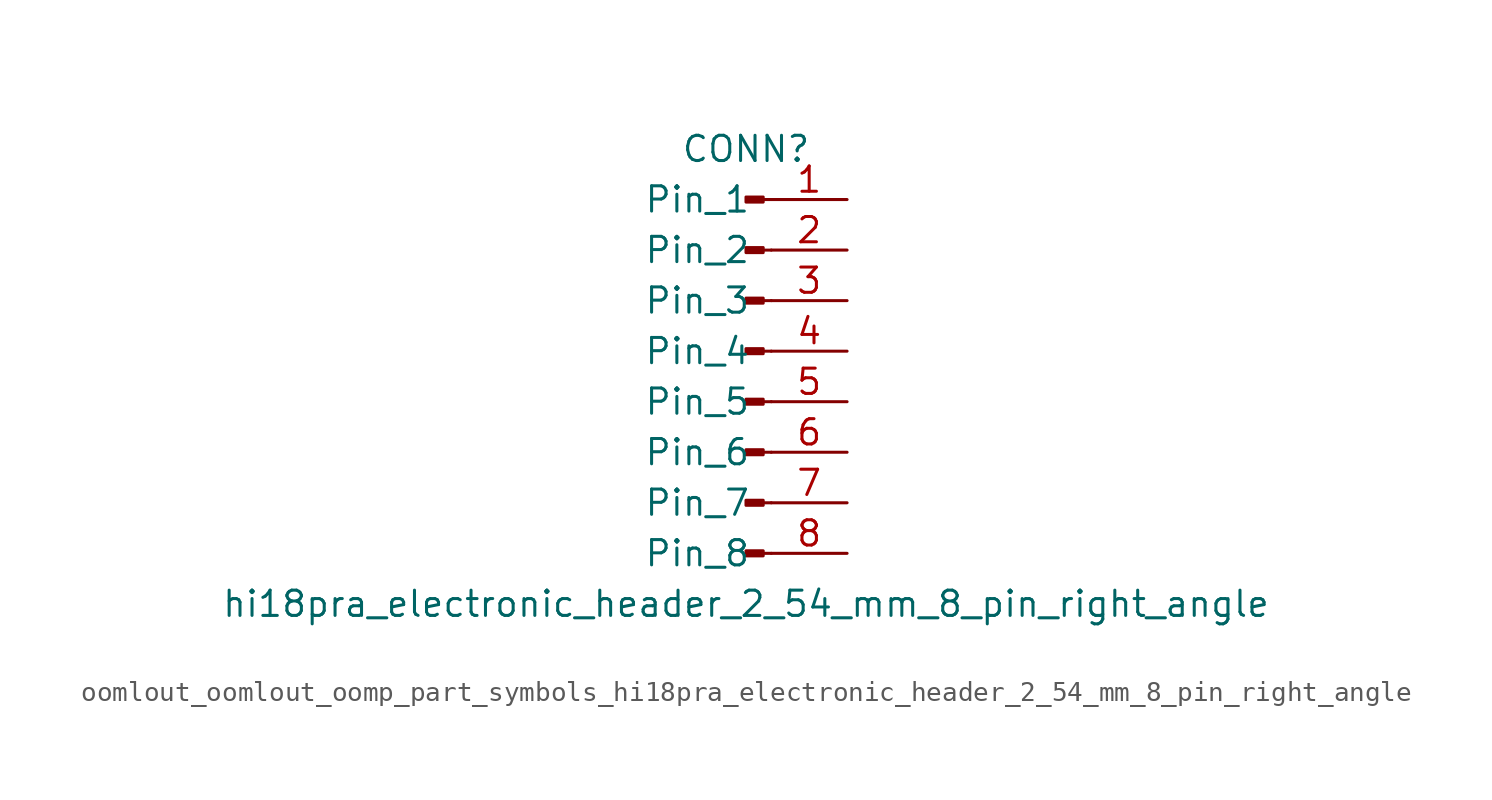
<source format=kicad_sym>
(kicad_symbol_lib
  (version 20220914)
  (generator kicad_symbol_editor)
  (symbol "oomlout_oomlout_oomp_part_symbols_hi18pra_electronic_header_2_54_mm_8_pin_right_angle"
    (pin_names
      (offset 1.016))
    (property "Reference" "CONN"
      (at 0 10.16 0)
      (effects (font (size 1.27 1.27))))
    (property "Value" "hi18pra_electronic_header_2_54_mm_8_pin_right_angle"
      (at 0 -12.7 0)
      (effects (font (size 1.27 1.27))))
    (property "ki_locked" ""
      (at 0 0 0)
      (effects (font (size 1.27 1.27))))
    (symbol "oomlout_oomlout_oomp_part_symbols_hi18pra_electronic_header_2_54_mm_8_pin_right_angle_1_1"
      (polyline (pts (xy 1.27 -10.16) (xy 0.864 -10.16)) (stroke (width 0.152) (type default)) (fill (type none)))
      (polyline (pts (xy 1.27 -7.62) (xy 0.864 -7.62)) (stroke (width 0.152) (type default)) (fill (type none)))
      (polyline (pts (xy 1.27 -5.08) (xy 0.864 -5.08)) (stroke (width 0.152) (type default)) (fill (type none)))
      (polyline (pts (xy 1.27 -2.54) (xy 0.864 -2.54)) (stroke (width 0.152) (type default)) (fill (type none)))
      (polyline (pts (xy 1.27 0) (xy 0.864 0)) (stroke (width 0.152) (type default)) (fill (type none)))
      (polyline (pts (xy 1.27 2.54) (xy 0.864 2.54)) (stroke (width 0.152) (type default)) (fill (type none)))
      (polyline (pts (xy 1.27 5.08) (xy 0.864 5.08)) (stroke (width 0.152) (type default)) (fill (type none)))
      (polyline (pts (xy 1.27 7.62) (xy 0.864 7.62)) (stroke (width 0.152) (type default)) (fill (type none)))
      (rectangle (start 0.864 -10.033) (end 0 -10.287) (stroke (width 0.152) (type default)) (fill (type outline)))
      (rectangle (start 0.864 -7.493) (end 0 -7.747) (stroke (width 0.152) (type default)) (fill (type outline)))
      (rectangle (start 0.864 -4.953) (end 0 -5.207) (stroke (width 0.152) (type default)) (fill (type outline)))
      (rectangle (start 0.864 -2.413) (end 0 -2.667) (stroke (width 0.152) (type default)) (fill (type outline)))
      (rectangle (start 0.864 0.127) (end 0 -0.127) (stroke (width 0.152) (type default)) (fill (type outline)))
      (rectangle (start 0.864 2.667) (end 0 2.413) (stroke (width 0.152) (type default)) (fill (type outline)))
      (rectangle (start 0.864 5.207) (end 0 4.953) (stroke (width 0.152) (type default)) (fill (type outline)))
      (rectangle (start 0.864 7.747) (end 0 7.493) (stroke (width 0.152) (type default)) (fill (type outline)))
      (pin passive line (at 5.08 7.62 180) (length 3.81) (name "Pin_1" (effects (font (size 1.27 1.27)))) (number "1" (effects (font (size 1.27 1.27)))))
      (pin passive line (at 5.08 5.08 180) (length 3.81) (name "Pin_2" (effects (font (size 1.27 1.27)))) (number "2" (effects (font (size 1.27 1.27)))))
      (pin passive line (at 5.08 2.54 180) (length 3.81) (name "Pin_3" (effects (font (size 1.27 1.27)))) (number "3" (effects (font (size 1.27 1.27)))))
      (pin passive line (at 5.08 0 180) (length 3.81) (name "Pin_4" (effects (font (size 1.27 1.27)))) (number "4" (effects (font (size 1.27 1.27)))))
      (pin passive line (at 5.08 -2.54 180) (length 3.81) (name "Pin_5" (effects (font (size 1.27 1.27)))) (number "5" (effects (font (size 1.27 1.27)))))
      (pin passive line (at 5.08 -5.08 180) (length 3.81) (name "Pin_6" (effects (font (size 1.27 1.27)))) (number "6" (effects (font (size 1.27 1.27)))))
      (pin passive line (at 5.08 -7.62 180) (length 3.81) (name "Pin_7" (effects (font (size 1.27 1.27)))) (number "7" (effects (font (size 1.27 1.27)))))
      (pin passive line (at 5.08 -10.16 180) (length 3.81) (name "Pin_8" (effects (font (size 1.27 1.27)))) (number "8" (effects (font (size 1.27 1.27))))))))
</source>
